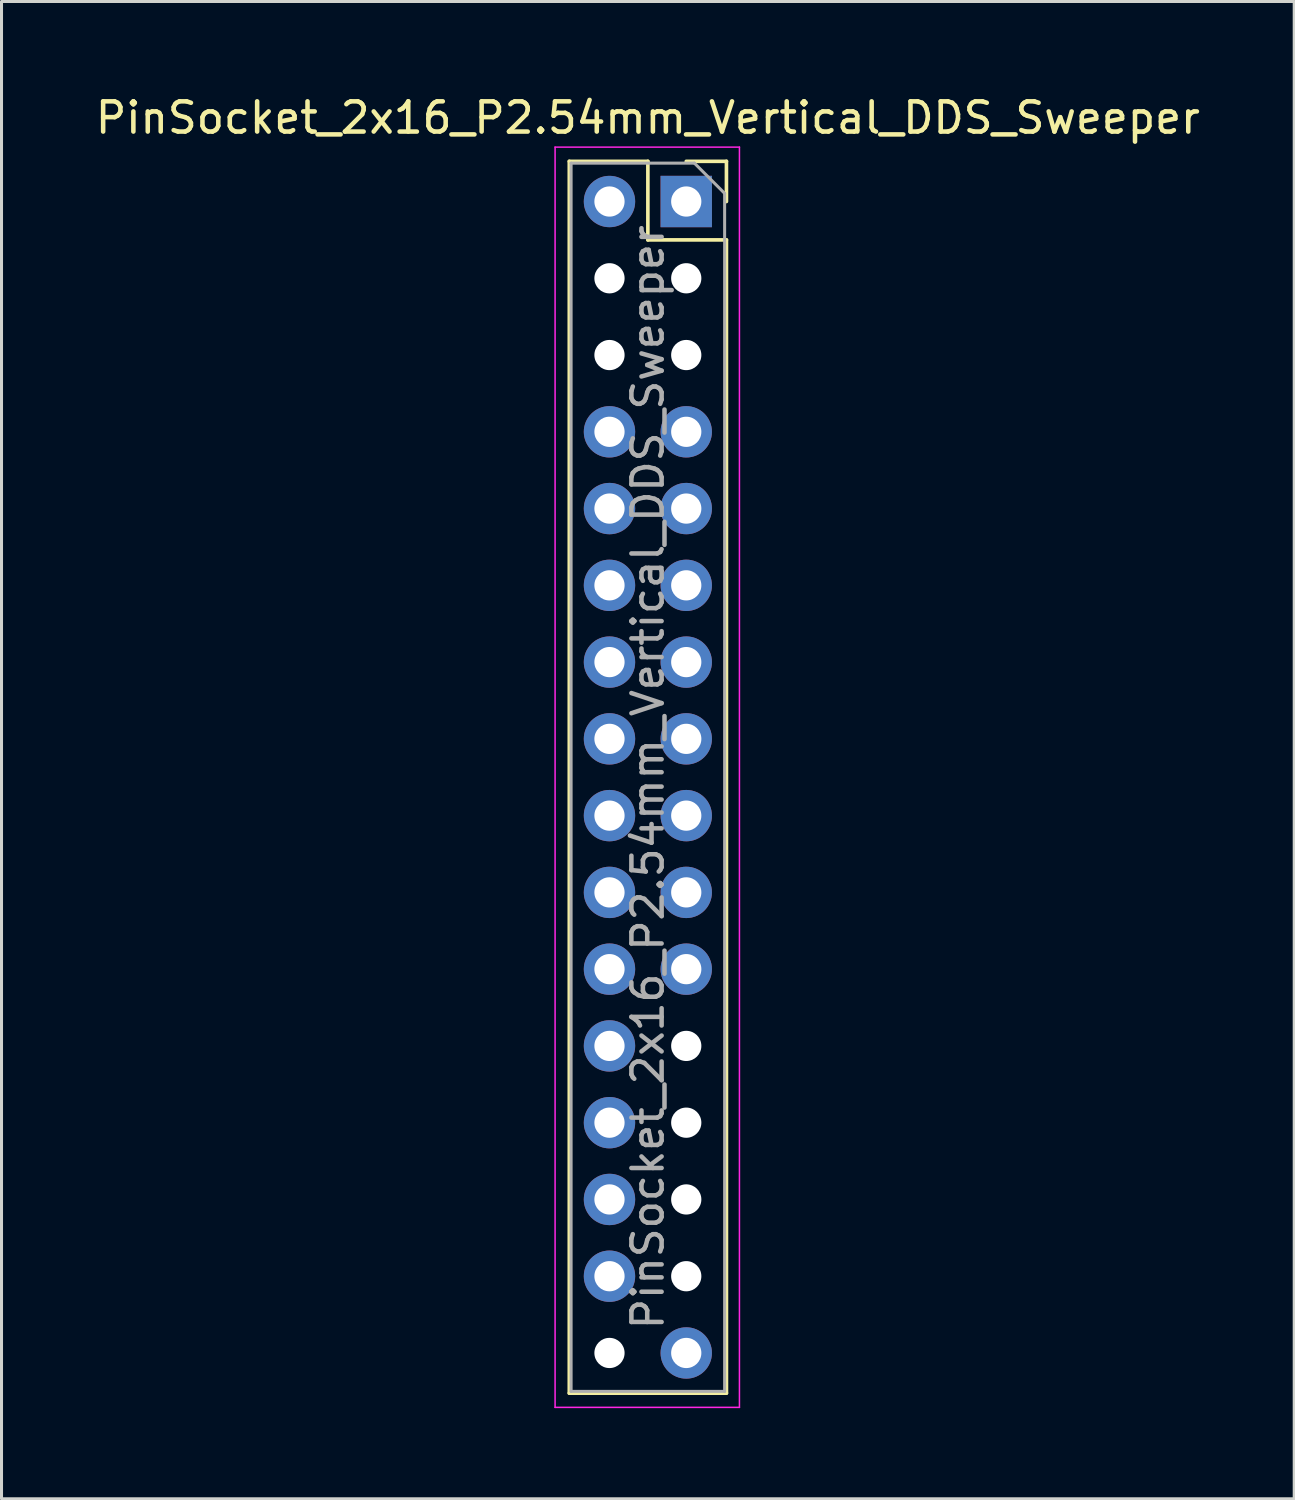
<source format=kicad_pcb>
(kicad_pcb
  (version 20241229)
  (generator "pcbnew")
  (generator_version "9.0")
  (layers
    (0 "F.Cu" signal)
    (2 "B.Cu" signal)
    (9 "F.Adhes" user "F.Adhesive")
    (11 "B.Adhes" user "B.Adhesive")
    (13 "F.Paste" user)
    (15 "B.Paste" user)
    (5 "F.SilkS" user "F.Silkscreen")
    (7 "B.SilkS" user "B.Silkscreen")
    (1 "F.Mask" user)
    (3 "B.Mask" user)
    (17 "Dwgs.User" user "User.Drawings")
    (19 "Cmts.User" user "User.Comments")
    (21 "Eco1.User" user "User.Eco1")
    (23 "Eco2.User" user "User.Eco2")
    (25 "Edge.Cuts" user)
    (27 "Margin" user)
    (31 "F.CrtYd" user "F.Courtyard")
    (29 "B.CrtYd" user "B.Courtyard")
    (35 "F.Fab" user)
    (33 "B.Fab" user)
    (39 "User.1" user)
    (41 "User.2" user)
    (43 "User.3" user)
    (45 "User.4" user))
  (footprint "PinSocket_2x16_P2.54mm_Vertical_DDS_Sweeper"
    (layer "F.Cu")
    (at 19.657 3.618)
    (property "Reference" "PinSocket_2x16_P2.54mm_Vertical_DDS_Sweeper" (at -1.27 -2.77 0) (layer "F.SilkS") (effects (font (size 1 1) (thickness 0.15))))
    (attr through_hole)
    (fp_line (start -3.87 -1.33) (end -3.87 39.43) (stroke (width 0.12) (type solid)) (layer "F.SilkS"))
    (fp_line (start -3.87 -1.33) (end -1.27 -1.33) (stroke (width 0.12) (type solid)) (layer "F.SilkS"))
    (fp_line (start -3.87 39.43) (end 1.33 39.43) (stroke (width 0.12) (type solid)) (layer "F.SilkS"))
    (fp_line (start -1.27 -1.33) (end -1.27 1.27) (stroke (width 0.12) (type solid)) (layer "F.SilkS"))
    (fp_line (start -1.27 1.27) (end 1.33 1.27) (stroke (width 0.12) (type solid)) (layer "F.SilkS"))
    (fp_line (start 0 -1.33) (end 1.33 -1.33) (stroke (width 0.12) (type solid)) (layer "F.SilkS"))
    (fp_line (start 1.33 -1.33) (end 1.33 0) (stroke (width 0.12) (type solid)) (layer "F.SilkS"))
    (fp_line (start 1.33 1.27) (end 1.33 39.43) (stroke (width 0.12) (type solid)) (layer "F.SilkS"))
    (fp_line (start -4.34 -1.8) (end 1.76 -1.8) (stroke (width 0.05) (type solid)) (layer "F.CrtYd"))
    (fp_line (start -4.34 39.9) (end -4.34 -1.8) (stroke (width 0.05) (type solid)) (layer "F.CrtYd"))
    (fp_line (start 1.76 -1.8) (end 1.76 39.9) (stroke (width 0.05) (type solid)) (layer "F.CrtYd"))
    (fp_line (start 1.76 39.9) (end -4.34 39.9) (stroke (width 0.05) (type solid)) (layer "F.CrtYd"))
    (fp_line (start -3.81 -1.27) (end 0.27 -1.27) (stroke (width 0.1) (type solid)) (layer "F.Fab"))
    (fp_line (start -3.81 39.37) (end -3.81 -1.27) (stroke (width 0.1) (type solid)) (layer "F.Fab"))
    (fp_line (start 0.27 -1.27) (end 1.27 -0.27) (stroke (width 0.1) (type solid)) (layer "F.Fab"))
    (fp_line (start 1.27 -0.27) (end 1.27 39.37) (stroke (width 0.1) (type solid)) (layer "F.Fab"))
    (fp_line (start 1.27 39.37) (end -3.81 39.37) (stroke (width 0.1) (type solid)) (layer "F.Fab"))
    (fp_text user "${REFERENCE}" (at -1.27 19.05 90) (layer "F.Fab") (effects (font (size 1 1) (thickness 0.15))))
    (pad "" np_thru_hole oval (at -2.54 2.54) (size 1 1) (drill 1) (layers "*.Cu" "*.Mask"))
    (pad "" np_thru_hole oval (at -2.54 5.08) (size 1 1) (drill 1) (layers "*.Cu" "*.Mask"))
    (pad "" np_thru_hole oval (at -2.54 38.1) (size 1 1) (drill 1) (layers "*.Cu" "*.Mask"))
    (pad "" np_thru_hole oval (at 0 2.54) (size 1 1) (drill 1) (layers "*.Cu" "*.Mask"))
    (pad "" np_thru_hole oval (at 0 5.08) (size 1 1) (drill 1) (layers "*.Cu" "*.Mask"))
    (pad "" np_thru_hole oval (at 0 27.94) (size 1 1) (drill 1) (layers "*.Cu" "*.Mask"))
    (pad "" np_thru_hole oval (at 0 30.48) (size 1 1) (drill 1) (layers "*.Cu" "*.Mask"))
    (pad "" np_thru_hole oval (at 0 33.02) (size 1 1) (drill 1) (layers "*.Cu" "*.Mask"))
    (pad "" np_thru_hole oval (at 0 35.56) (size 1 1) (drill 1) (layers "*.Cu" "*.Mask"))
    (pad "1" thru_hole oval (at -2.54 0) (size 1.7 1.7) (drill 1) (layers "*.Cu" "*.Mask"))
    (pad "4" thru_hole oval (at -2.54 7.62) (size 1.7 1.7) (drill 1) (layers "*.Cu" "*.Mask"))
    (pad "5" thru_hole oval (at -2.54 10.16) (size 1.7 1.7) (drill 1) (layers "*.Cu" "*.Mask"))
    (pad "6" thru_hole oval (at -2.54 12.7) (size 1.7 1.7) (drill 1) (layers "*.Cu" "*.Mask"))
    (pad "7" thru_hole oval (at -2.54 15.24) (size 1.7 1.7) (drill 1) (layers "*.Cu" "*.Mask"))
    (pad "8" thru_hole oval (at -2.54 17.78) (size 1.7 1.7) (drill 1) (layers "*.Cu" "*.Mask"))
    (pad "9" thru_hole oval (at -2.54 20.32) (size 1.7 1.7) (drill 1) (layers "*.Cu" "*.Mask"))
    (pad "10" thru_hole oval (at -2.54 22.86) (size 1.7 1.7) (drill 1) (layers "*.Cu" "*.Mask"))
    (pad "11" thru_hole oval (at -2.54 25.4) (size 1.7 1.7) (drill 1) (layers "*.Cu" "*.Mask"))
    (pad "12" thru_hole oval (at -2.54 27.94) (size 1.7 1.7) (drill 1) (layers "*.Cu" "*.Mask"))
    (pad "13" thru_hole oval (at -2.54 30.48) (size 1.7 1.7) (drill 1) (layers "*.Cu" "*.Mask"))
    (pad "14" thru_hole oval (at -2.54 33.02) (size 1.7 1.7) (drill 1) (layers "*.Cu" "*.Mask"))
    (pad "15" thru_hole oval (at -2.54 35.56) (size 1.7 1.7) (drill 1) (layers "*.Cu" "*.Mask"))
    (pad "17" thru_hole oval (at 0 38.1) (size 1.7 1.7) (drill 1) (layers "*.Cu" "*.Mask"))
    (pad "22" thru_hole oval (at 0 25.4) (size 1.7 1.7) (drill 1) (layers "*.Cu" "*.Mask"))
    (pad "23" thru_hole oval (at 0 22.86) (size 1.7 1.7) (drill 1) (layers "*.Cu" "*.Mask"))
    (pad "24" thru_hole oval (at 0 20.32) (size 1.7 1.7) (drill 1) (layers "*.Cu" "*.Mask"))
    (pad "25" thru_hole oval (at 0 17.78) (size 1.7 1.7) (drill 1) (layers "*.Cu" "*.Mask"))
    (pad "26" thru_hole oval (at 0 15.24) (size 1.7 1.7) (drill 1) (layers "*.Cu" "*.Mask"))
    (pad "27" thru_hole oval (at 0 12.7) (size 1.7 1.7) (drill 1) (layers "*.Cu" "*.Mask"))
    (pad "28" thru_hole oval (at 0 10.16) (size 1.7 1.7) (drill 1) (layers "*.Cu" "*.Mask"))
    (pad "29" thru_hole oval (at 0 7.62) (size 1.7 1.7) (drill 1) (layers "*.Cu" "*.Mask"))
    (pad "32" thru_hole rect (at 0 0) (size 1.7 1.7) (drill 1) (layers "*.Cu" "*.Mask")))
  (gr_rect
    (start -3 -3)
    (end 39.774 46.543)
    (stroke (width 0.1) (type default))
    (fill no)
    (layer "Edge.Cuts")))
</source>
